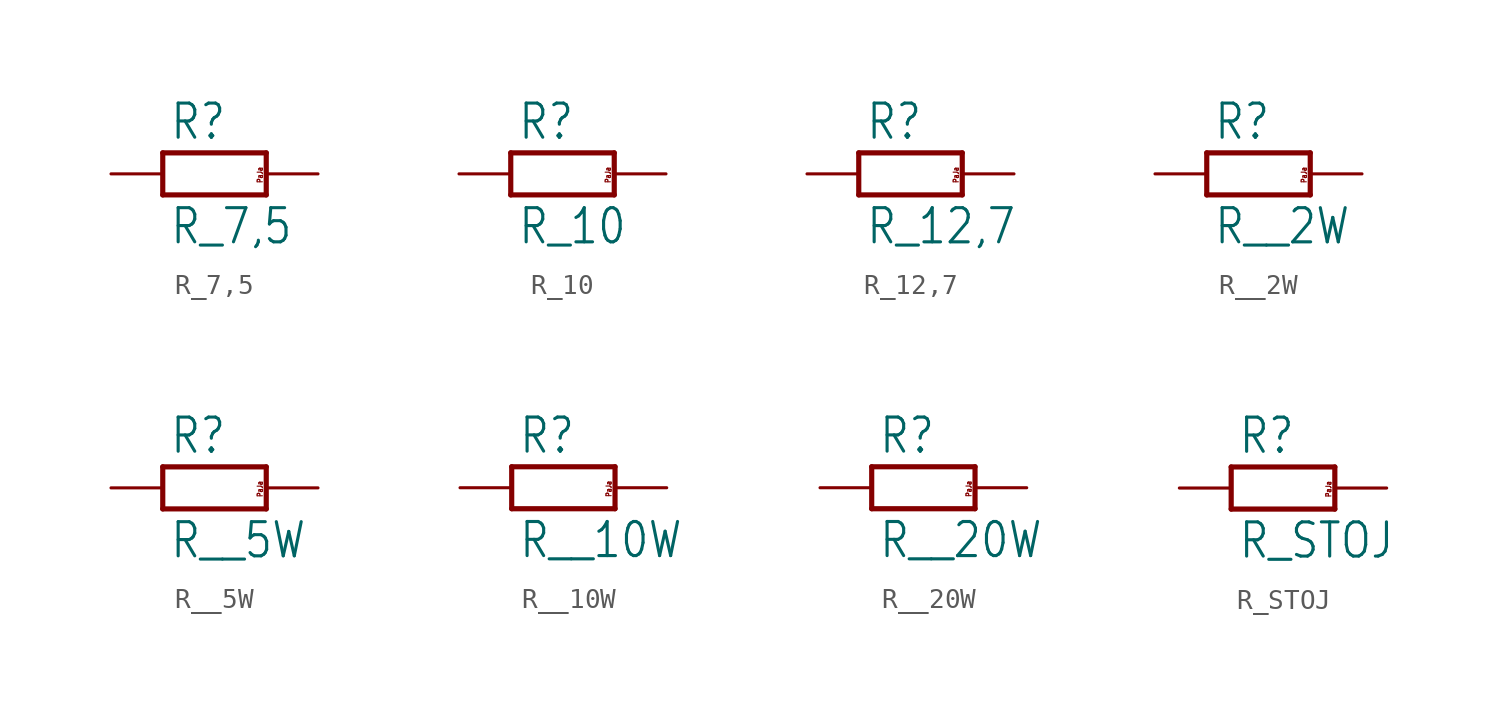
<source format=kicad_sym>
(kicad_symbol_lib
  (version 20211014)
  (generator kicad_symbol_editor)
  (symbol "R_7,5"
    (property "Reference" "R"
      (at -2.223 1.587 0)
      (effects (font (size 1.676 1.425)) (justify left bottom)))
    (property "Value" "R_7,5"
      (at -2.223 -1.587 0)
      (effects (font (size 1.676 1.425)) (justify left top)))
    (property "ki_locked" ""
      (at 0 0 0)
      (effects (font (size 1.27 1.27))))
    (symbol "R_7,5_1_0"
      (polyline (pts (xy -2.54 -1.032) (xy -2.54 1.032)) (stroke (width 0.254) (type default) (color 0 0 0 0)) (fill (type none)))
      (polyline (pts (xy -2.54 1.032) (xy 2.54 1.032)) (stroke (width 0.254) (type default) (color 0 0 0 0)) (fill (type none)))
      (polyline (pts (xy 2.54 -1.032) (xy -2.54 -1.032)) (stroke (width 0.254) (type default) (color 0 0 0 0)) (fill (type none)))
      (polyline (pts (xy 2.54 1.032) (xy 2.54 -1.032)) (stroke (width 0.254) (type default) (color 0 0 0 0)) (fill (type none)))
      (text "PaJa" (at 2.381 -0.476 900) (effects (font (size 0.254 0.216)) (justify left bottom)))
      (pin passive line (at -5.08 0 0) (length 2.54) (name "1" (effects (font (size 0 0)))) (number "1" (effects (font (size 0 0)))))
      (pin passive line (at 5.08 0 180) (length 2.54) (name "2" (effects (font (size 0 0)))) (number "2" (effects (font (size 0 0)))))))
  (symbol "R_10"
    (property "Reference" "R"
      (at -2.223 1.587 0)
      (effects (font (size 1.676 1.425)) (justify left bottom)))
    (property "Value" "R_10"
      (at -2.223 -1.587 0)
      (effects (font (size 1.676 1.425)) (justify left top)))
    (property "ki_locked" ""
      (at 0 0 0)
      (effects (font (size 1.27 1.27))))
    (symbol "R_10_1_0"
      (polyline (pts (xy -2.54 -1.032) (xy -2.54 1.032)) (stroke (width 0.254) (type default) (color 0 0 0 0)) (fill (type none)))
      (polyline (pts (xy -2.54 1.032) (xy 2.54 1.032)) (stroke (width 0.254) (type default) (color 0 0 0 0)) (fill (type none)))
      (polyline (pts (xy 2.54 -1.032) (xy -2.54 -1.032)) (stroke (width 0.254) (type default) (color 0 0 0 0)) (fill (type none)))
      (polyline (pts (xy 2.54 1.032) (xy 2.54 -1.032)) (stroke (width 0.254) (type default) (color 0 0 0 0)) (fill (type none)))
      (text "PaJa" (at 2.381 -0.476 900) (effects (font (size 0.254 0.216)) (justify left bottom)))
      (pin passive line (at -5.08 0 0) (length 2.54) (name "1" (effects (font (size 0 0)))) (number "1" (effects (font (size 0 0)))))
      (pin passive line (at 5.08 0 180) (length 2.54) (name "2" (effects (font (size 0 0)))) (number "2" (effects (font (size 0 0)))))))
  (symbol "R_12,7"
    (property "Reference" "R"
      (at -2.223 1.587 0)
      (effects (font (size 1.676 1.425)) (justify left bottom)))
    (property "Value" "R_12,7"
      (at -2.223 -1.587 0)
      (effects (font (size 1.676 1.425)) (justify left top)))
    (property "ki_locked" ""
      (at 0 0 0)
      (effects (font (size 1.27 1.27))))
    (symbol "R_12,7_1_0"
      (polyline (pts (xy -2.54 -1.032) (xy -2.54 1.032)) (stroke (width 0.254) (type default) (color 0 0 0 0)) (fill (type none)))
      (polyline (pts (xy -2.54 1.032) (xy 2.54 1.032)) (stroke (width 0.254) (type default) (color 0 0 0 0)) (fill (type none)))
      (polyline (pts (xy 2.54 -1.032) (xy -2.54 -1.032)) (stroke (width 0.254) (type default) (color 0 0 0 0)) (fill (type none)))
      (polyline (pts (xy 2.54 1.032) (xy 2.54 -1.032)) (stroke (width 0.254) (type default) (color 0 0 0 0)) (fill (type none)))
      (text "PaJa" (at 2.381 -0.476 900) (effects (font (size 0.254 0.216)) (justify left bottom)))
      (pin passive line (at -5.08 0 0) (length 2.54) (name "1" (effects (font (size 0 0)))) (number "1" (effects (font (size 0 0)))))
      (pin passive line (at 5.08 0 180) (length 2.54) (name "2" (effects (font (size 0 0)))) (number "2" (effects (font (size 0 0)))))))
  (symbol "R__2W"
    (property "Reference" "R"
      (at -2.223 1.587 0)
      (effects (font (size 1.676 1.425)) (justify left bottom)))
    (property "Value" "R__2W"
      (at -2.223 -1.587 0)
      (effects (font (size 1.676 1.425)) (justify left top)))
    (property "ki_locked" ""
      (at 0 0 0)
      (effects (font (size 1.27 1.27))))
    (symbol "R__2W_1_0"
      (polyline (pts (xy -2.54 -1.032) (xy -2.54 1.032)) (stroke (width 0.254) (type default) (color 0 0 0 0)) (fill (type none)))
      (polyline (pts (xy -2.54 1.032) (xy 2.54 1.032)) (stroke (width 0.254) (type default) (color 0 0 0 0)) (fill (type none)))
      (polyline (pts (xy 2.54 -1.032) (xy -2.54 -1.032)) (stroke (width 0.254) (type default) (color 0 0 0 0)) (fill (type none)))
      (polyline (pts (xy 2.54 1.032) (xy 2.54 -1.032)) (stroke (width 0.254) (type default) (color 0 0 0 0)) (fill (type none)))
      (text "PaJa" (at 2.381 -0.476 900) (effects (font (size 0.254 0.216)) (justify left bottom)))
      (pin passive line (at -5.08 0 0) (length 2.54) (name "1" (effects (font (size 0 0)))) (number "1" (effects (font (size 0 0)))))
      (pin passive line (at 5.08 0 180) (length 2.54) (name "2" (effects (font (size 0 0)))) (number "2" (effects (font (size 0 0)))))))
  (symbol "R__5W"
    (property "Reference" "R"
      (at -2.223 1.587 0)
      (effects (font (size 1.676 1.425)) (justify left bottom)))
    (property "Value" "R__5W"
      (at -2.223 -1.587 0)
      (effects (font (size 1.676 1.425)) (justify left top)))
    (property "ki_locked" ""
      (at 0 0 0)
      (effects (font (size 1.27 1.27))))
    (symbol "R__5W_1_0"
      (polyline (pts (xy -2.54 -1.032) (xy -2.54 1.032)) (stroke (width 0.254) (type default) (color 0 0 0 0)) (fill (type none)))
      (polyline (pts (xy -2.54 1.032) (xy 2.54 1.032)) (stroke (width 0.254) (type default) (color 0 0 0 0)) (fill (type none)))
      (polyline (pts (xy 2.54 -1.032) (xy -2.54 -1.032)) (stroke (width 0.254) (type default) (color 0 0 0 0)) (fill (type none)))
      (polyline (pts (xy 2.54 1.032) (xy 2.54 -1.032)) (stroke (width 0.254) (type default) (color 0 0 0 0)) (fill (type none)))
      (text "PaJa" (at 2.381 -0.476 900) (effects (font (size 0.254 0.216)) (justify left bottom)))
      (pin passive line (at -5.08 0 0) (length 2.54) (name "1" (effects (font (size 0 0)))) (number "1" (effects (font (size 0 0)))))
      (pin passive line (at 5.08 0 180) (length 2.54) (name "2" (effects (font (size 0 0)))) (number "2" (effects (font (size 0 0)))))))
  (symbol "R__10W"
    (property "Reference" "R"
      (at -2.223 1.587 0)
      (effects (font (size 1.676 1.425)) (justify left bottom)))
    (property "Value" "R__10W"
      (at -2.223 -1.587 0)
      (effects (font (size 1.676 1.425)) (justify left top)))
    (property "ki_locked" ""
      (at 0 0 0)
      (effects (font (size 1.27 1.27))))
    (symbol "R__10W_1_0"
      (polyline (pts (xy -2.54 -1.032) (xy -2.54 1.032)) (stroke (width 0.254) (type default) (color 0 0 0 0)) (fill (type none)))
      (polyline (pts (xy -2.54 1.032) (xy 2.54 1.032)) (stroke (width 0.254) (type default) (color 0 0 0 0)) (fill (type none)))
      (polyline (pts (xy 2.54 -1.032) (xy -2.54 -1.032)) (stroke (width 0.254) (type default) (color 0 0 0 0)) (fill (type none)))
      (polyline (pts (xy 2.54 1.032) (xy 2.54 -1.032)) (stroke (width 0.254) (type default) (color 0 0 0 0)) (fill (type none)))
      (text "PaJa" (at 2.381 -0.476 900) (effects (font (size 0.254 0.216)) (justify left bottom)))
      (pin passive line (at -5.08 0 0) (length 2.54) (name "1" (effects (font (size 0 0)))) (number "1" (effects (font (size 0 0)))))
      (pin passive line (at 5.08 0 180) (length 2.54) (name "2" (effects (font (size 0 0)))) (number "2" (effects (font (size 0 0)))))))
  (symbol "R__20W"
    (property "Reference" "R"
      (at -2.223 1.587 0)
      (effects (font (size 1.676 1.425)) (justify left bottom)))
    (property "Value" "R__20W"
      (at -2.223 -1.587 0)
      (effects (font (size 1.676 1.425)) (justify left top)))
    (property "ki_locked" ""
      (at 0 0 0)
      (effects (font (size 1.27 1.27))))
    (symbol "R__20W_1_0"
      (polyline (pts (xy -2.54 -1.032) (xy -2.54 1.032)) (stroke (width 0.254) (type default) (color 0 0 0 0)) (fill (type none)))
      (polyline (pts (xy -2.54 1.032) (xy 2.54 1.032)) (stroke (width 0.254) (type default) (color 0 0 0 0)) (fill (type none)))
      (polyline (pts (xy 2.54 -1.032) (xy -2.54 -1.032)) (stroke (width 0.254) (type default) (color 0 0 0 0)) (fill (type none)))
      (polyline (pts (xy 2.54 1.032) (xy 2.54 -1.032)) (stroke (width 0.254) (type default) (color 0 0 0 0)) (fill (type none)))
      (text "PaJa" (at 2.381 -0.476 900) (effects (font (size 0.254 0.216)) (justify left bottom)))
      (pin passive line (at -5.08 0 0) (length 2.54) (name "1" (effects (font (size 0 0)))) (number "1" (effects (font (size 0 0)))))
      (pin passive line (at 5.08 0 180) (length 2.54) (name "2" (effects (font (size 0 0)))) (number "2" (effects (font (size 0 0)))))))
  (symbol "R_STOJ"
    (property "Reference" "R"
      (at -2.223 1.587 0)
      (effects (font (size 1.676 1.425)) (justify left bottom)))
    (property "Value" "R_STOJ"
      (at -2.223 -1.587 0)
      (effects (font (size 1.676 1.425)) (justify left top)))
    (property "ki_locked" ""
      (at 0 0 0)
      (effects (font (size 1.27 1.27))))
    (symbol "R_STOJ_1_0"
      (polyline (pts (xy -2.54 -1.032) (xy -2.54 1.032)) (stroke (width 0.254) (type default) (color 0 0 0 0)) (fill (type none)))
      (polyline (pts (xy -2.54 1.032) (xy 2.54 1.032)) (stroke (width 0.254) (type default) (color 0 0 0 0)) (fill (type none)))
      (polyline (pts (xy 2.54 -1.032) (xy -2.54 -1.032)) (stroke (width 0.254) (type default) (color 0 0 0 0)) (fill (type none)))
      (polyline (pts (xy 2.54 1.032) (xy 2.54 -1.032)) (stroke (width 0.254) (type default) (color 0 0 0 0)) (fill (type none)))
      (text "PaJa" (at 2.381 -0.476 900) (effects (font (size 0.254 0.216)) (justify left bottom)))
      (pin passive line (at -5.08 0 0) (length 2.54) (name "1" (effects (font (size 0 0)))) (number "1" (effects (font (size 0 0)))))
      (pin passive line (at 5.08 0 180) (length 2.54) (name "2" (effects (font (size 0 0)))) (number "2" (effects (font (size 0 0))))))))
</source>
